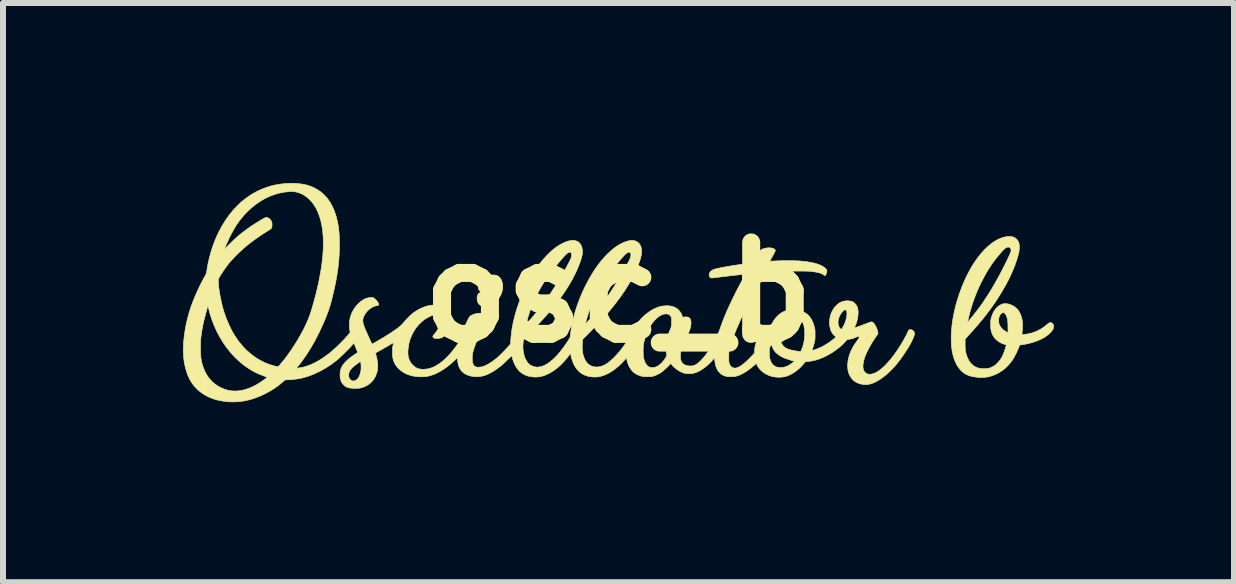
<source format=kicad_pcb>
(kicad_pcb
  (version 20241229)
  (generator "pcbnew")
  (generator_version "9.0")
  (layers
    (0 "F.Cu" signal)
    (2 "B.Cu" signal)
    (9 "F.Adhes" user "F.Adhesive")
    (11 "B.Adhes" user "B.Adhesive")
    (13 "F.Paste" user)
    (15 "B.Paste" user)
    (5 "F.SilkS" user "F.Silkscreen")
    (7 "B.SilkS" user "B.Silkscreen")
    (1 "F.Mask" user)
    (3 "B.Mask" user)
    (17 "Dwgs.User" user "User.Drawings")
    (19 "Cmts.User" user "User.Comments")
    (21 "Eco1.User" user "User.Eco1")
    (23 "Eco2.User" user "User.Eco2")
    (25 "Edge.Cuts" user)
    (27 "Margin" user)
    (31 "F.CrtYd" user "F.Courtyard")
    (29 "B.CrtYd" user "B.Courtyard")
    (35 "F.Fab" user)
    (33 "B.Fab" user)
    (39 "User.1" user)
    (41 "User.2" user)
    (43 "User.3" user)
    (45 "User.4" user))
  (footprint "osc_b"
    (layer "F.Cu")
    (at 7.256 1.825)
    (property "Reference" "osc_b" (at 0 0 0) (layer "F.SilkS") (effects (font (size 1.524 1.524) (thickness 0.3))))
    (attr through_hole)
    (fp_poly (pts (xy -2.039 -0.288) (xy -2.01 -0.276) (xy -1.985 -0.257) (xy -1.963 -0.231) (xy -1.945 -0.198) (xy -1.943 -0.191) (xy -1.933 -0.156) (xy -1.928 -0.118) (xy -1.928 -0.077) (xy -1.932 -0.045) (xy -1.943 -0.001) (xy -1.961 0.043) (xy -1.986 0.087) (xy -2.015 0.128) (xy -2.045 0.161) (xy -2.081 0.193) (xy -2.119 0.216) (xy -2.158 0.231) (xy -2.198 0.238) (xy -2.239 0.236) (xy -2.269 0.229) (xy -2.295 0.217) (xy -2.317 0.2) (xy -2.328 0.188) (xy -2.342 0.165) (xy -2.35 0.142) (xy -2.354 0.115) (xy -2.355 0.099) (xy -2.355 0.08) (xy -2.353 0.066) (xy -2.35 0.054) (xy -2.343 0.04) (xy -2.343 0.04) (xy -2.335 0.025) (xy -2.326 0.015) (xy -2.315 0.007) (xy -2.312 0.006) (xy -2.262 0.006) (xy -2.261 0.006) (xy -2.26 0.012) (xy -2.259 0.023) (xy -2.258 0.031) (xy -2.254 0.056) (xy -2.244 0.076) (xy -2.226 0.091) (xy -2.224 0.092) (xy -2.212 0.098) (xy -2.203 0.101) (xy -2.193 0.099) (xy -2.179 0.094) (xy -2.173 0.091) (xy -2.15 0.077) (xy -2.126 0.058) (xy -2.105 0.034) (xy -2.086 0.009) (xy -2.082 0.002) (xy -2.074 -0.015) (xy -2.069 -0.028) (xy -2.066 -0.04) (xy -2.066 -0.053) (xy -2.067 -0.072) (xy -2.072 -0.084) (xy -2.08 -0.093) (xy -2.093 -0.099) (xy -2.111 -0.105) (xy -2.127 -0.104) (xy -2.145 -0.097) (xy -2.153 -0.093) (xy -2.162 -0.087) (xy -2.176 -0.077) (xy -2.191 -0.064) (xy -2.207 -0.049) (xy -2.223 -0.035) (xy -2.238 -0.021) (xy -2.25 -0.009) (xy -2.258 0.001) (xy -2.262 0.006) (xy -2.312 0.006) (xy -2.308 0.004) (xy -2.286 -0.007) (xy -2.301 -0.019) (xy -2.32 -0.038) (xy -2.33 -0.059) (xy -2.332 -0.082) (xy -2.326 -0.107) (xy -2.326 -0.108) (xy -2.313 -0.133) (xy -2.295 -0.16) (xy -2.273 -0.187) (xy -2.249 -0.212) (xy -2.212 -0.242) (xy -2.176 -0.266) (xy -2.139 -0.282) (xy -2.104 -0.291) (xy -2.07 -0.293) (xy -2.039 -0.288)) (stroke (width 0.01) (type solid)) (fill yes) (layer "F.SilkS"))
    (fp_poly (pts (xy 6.556 -0.931) (xy 6.591 -0.921) (xy 6.62 -0.904) (xy 6.645 -0.881) (xy 6.664 -0.851) (xy 6.675 -0.826) (xy 6.679 -0.804) (xy 6.682 -0.777) (xy 6.682 -0.747) (xy 6.681 -0.715) (xy 6.677 -0.684) (xy 6.672 -0.658) (xy 6.643 -0.555) (xy 6.607 -0.45) (xy 6.563 -0.342) (xy 6.512 -0.232) (xy 6.452 -0.119) (xy 6.386 -0.004) (xy 6.311 0.115) (xy 6.295 0.14) (xy 6.247 0.21) (xy 6.197 0.28) (xy 6.144 0.35) (xy 6.089 0.421) (xy 6.029 0.493) (xy 5.965 0.569) (xy 5.895 0.648) (xy 5.832 0.717) (xy 5.779 0.776) (xy 5.779 0.857) (xy 5.779 0.9) (xy 5.781 0.937) (xy 5.784 0.969) (xy 5.79 0.999) (xy 5.797 1.028) (xy 5.804 1.052) (xy 5.823 1.099) (xy 5.846 1.141) (xy 5.873 1.178) (xy 5.903 1.208) (xy 5.936 1.232) (xy 5.945 1.237) (xy 5.974 1.25) (xy 6.002 1.259) (xy 6.032 1.265) (xy 6.066 1.268) (xy 6.077 1.269) (xy 6.114 1.269) (xy 6.146 1.267) (xy 6.174 1.262) (xy 6.202 1.253) (xy 6.231 1.24) (xy 6.236 1.238) (xy 6.254 1.228) (xy 6.268 1.219) (xy 6.282 1.209) (xy 6.297 1.196) (xy 6.315 1.178) (xy 6.318 1.175) (xy 6.344 1.147) (xy 6.366 1.12) (xy 6.384 1.091) (xy 6.401 1.059) (xy 6.418 1.02) (xy 6.42 1.016) (xy 6.427 0.997) (xy 6.435 0.976) (xy 6.442 0.953) (xy 6.45 0.93) (xy 6.456 0.909) (xy 6.461 0.892) (xy 6.464 0.88) (xy 6.464 0.876) (xy 6.461 0.873) (xy 6.451 0.869) (xy 6.44 0.865) (xy 6.391 0.848) (xy 6.347 0.824) (xy 6.308 0.796) (xy 6.275 0.764) (xy 6.249 0.727) (xy 6.239 0.709) (xy 6.227 0.682) (xy 6.218 0.657) (xy 6.212 0.633) (xy 6.208 0.607) (xy 6.205 0.577) (xy 6.205 0.54) (xy 6.204 0.533) (xy 6.205 0.506) (xy 6.205 0.484) (xy 6.206 0.468) (xy 6.207 0.462) (xy 6.337 0.462) (xy 6.339 0.495) (xy 6.345 0.525) (xy 6.361 0.56) (xy 6.384 0.592) (xy 6.414 0.622) (xy 6.453 0.648) (xy 6.464 0.654) (xy 6.478 0.661) (xy 6.487 0.665) (xy 6.491 0.665) (xy 6.493 0.662) (xy 6.493 0.659) (xy 6.494 0.652) (xy 6.494 0.638) (xy 6.494 0.619) (xy 6.493 0.595) (xy 6.493 0.568) (xy 6.493 0.559) (xy 6.492 0.525) (xy 6.491 0.499) (xy 6.489 0.478) (xy 6.487 0.46) (xy 6.485 0.445) (xy 6.482 0.433) (xy 6.471 0.399) (xy 6.459 0.371) (xy 6.445 0.352) (xy 6.43 0.339) (xy 6.413 0.335) (xy 6.396 0.339) (xy 6.394 0.34) (xy 6.375 0.354) (xy 6.36 0.375) (xy 6.348 0.401) (xy 6.34 0.431) (xy 6.337 0.462) (xy 6.207 0.462) (xy 6.208 0.453) (xy 6.21 0.44) (xy 6.214 0.425) (xy 6.216 0.417) (xy 6.234 0.365) (xy 6.256 0.319) (xy 6.283 0.278) (xy 6.314 0.244) (xy 6.349 0.217) (xy 6.387 0.197) (xy 6.395 0.194) (xy 6.428 0.186) (xy 6.463 0.186) (xy 6.501 0.191) (xy 6.538 0.203) (xy 6.575 0.22) (xy 6.609 0.242) (xy 6.64 0.268) (xy 6.666 0.299) (xy 6.668 0.302) (xy 6.695 0.349) (xy 6.715 0.4) (xy 6.729 0.456) (xy 6.735 0.517) (xy 6.735 0.581) (xy 6.733 0.609) (xy 6.731 0.632) (xy 6.729 0.654) (xy 6.728 0.672) (xy 6.727 0.685) (xy 6.727 0.687) (xy 6.727 0.704) (xy 6.753 0.701) (xy 6.83 0.689) (xy 6.901 0.672) (xy 6.967 0.647) (xy 7.029 0.616) (xy 7.088 0.578) (xy 7.131 0.544) (xy 7.151 0.527) (xy 7.167 0.515) (xy 7.179 0.508) (xy 7.19 0.504) (xy 7.199 0.502) (xy 7.201 0.502) (xy 7.22 0.506) (xy 7.236 0.517) (xy 7.248 0.535) (xy 7.248 0.536) (xy 7.255 0.561) (xy 7.253 0.586) (xy 7.243 0.613) (xy 7.235 0.625) (xy 7.204 0.665) (xy 7.164 0.702) (xy 7.117 0.737) (xy 7.064 0.768) (xy 7.004 0.796) (xy 6.937 0.821) (xy 6.865 0.843) (xy 6.788 0.86) (xy 6.744 0.868) (xy 6.723 0.871) (xy 6.705 0.874) (xy 6.693 0.876) (xy 6.687 0.878) (xy 6.686 0.878) (xy 6.685 0.882) (xy 6.681 0.892) (xy 6.675 0.907) (xy 6.67 0.923) (xy 6.658 0.95) (xy 6.644 0.983) (xy 6.628 1.017) (xy 6.61 1.051) (xy 6.593 1.083) (xy 6.577 1.11) (xy 6.573 1.117) (xy 6.543 1.158) (xy 6.51 1.199) (xy 6.473 1.237) (xy 6.436 1.272) (xy 6.411 1.292) (xy 6.364 1.323) (xy 6.313 1.352) (xy 6.26 1.376) (xy 6.208 1.394) (xy 6.157 1.407) (xy 6.153 1.407) (xy 6.133 1.41) (xy 6.109 1.413) (xy 6.083 1.415) (xy 6.057 1.416) (xy 6.034 1.416) (xy 6.016 1.416) (xy 6.011 1.416) (xy 6 1.414) (xy 5.984 1.413) (xy 5.965 1.41) (xy 5.956 1.409) (xy 5.896 1.4) (xy 5.843 1.385) (xy 5.794 1.364) (xy 5.751 1.337) (xy 5.712 1.303) (xy 5.677 1.262) (xy 5.645 1.214) (xy 5.634 1.194) (xy 5.622 1.169) (xy 5.609 1.14) (xy 5.597 1.107) (xy 5.586 1.075) (xy 5.58 1.054) (xy 5.563 0.979) (xy 5.552 0.898) (xy 5.547 0.812) (xy 5.547 0.721) (xy 5.552 0.627) (xy 5.562 0.529) (xy 5.567 0.492) (xy 5.821 0.492) (xy 5.821 0.495) (xy 5.823 0.495) (xy 5.825 0.492) (xy 5.833 0.483) (xy 5.844 0.469) (xy 5.859 0.451) (xy 5.876 0.43) (xy 5.895 0.406) (xy 5.898 0.403) (xy 5.932 0.36) (xy 5.962 0.321) (xy 5.989 0.286) (xy 6.014 0.253) (xy 6.038 0.221) (xy 6.062 0.187) (xy 6.087 0.15) (xy 6.092 0.142) (xy 6.159 0.041) (xy 6.224 -0.063) (xy 6.288 -0.174) (xy 6.352 -0.29) (xy 6.416 -0.413) (xy 6.47 -0.521) (xy 6.49 -0.562) (xy 6.506 -0.596) (xy 6.519 -0.625) (xy 6.53 -0.648) (xy 6.537 -0.667) (xy 6.542 -0.683) (xy 6.544 -0.695) (xy 6.545 -0.706) (xy 6.544 -0.715) (xy 6.541 -0.724) (xy 6.539 -0.73) (xy 6.528 -0.746) (xy 6.514 -0.755) (xy 6.496 -0.758) (xy 6.475 -0.753) (xy 6.453 -0.741) (xy 6.441 -0.733) (xy 6.426 -0.719) (xy 6.407 -0.7) (xy 6.385 -0.676) (xy 6.361 -0.648) (xy 6.335 -0.617) (xy 6.309 -0.585) (xy 6.282 -0.552) (xy 6.257 -0.519) (xy 6.234 -0.487) (xy 6.222 -0.47) (xy 6.158 -0.371) (xy 6.097 -0.265) (xy 6.04 -0.155) (xy 5.987 -0.04) (xy 5.94 0.077) (xy 5.898 0.195) (xy 5.863 0.312) (xy 5.834 0.427) (xy 5.832 0.438) (xy 5.827 0.461) (xy 5.824 0.477) (xy 5.822 0.487) (xy 5.821 0.492) (xy 5.567 0.492) (xy 5.577 0.429) (xy 5.597 0.327) (xy 5.621 0.224) (xy 5.651 0.12) (xy 5.685 0.016) (xy 5.723 -0.088) (xy 5.766 -0.19) (xy 5.806 -0.277) (xy 5.85 -0.362) (xy 5.896 -0.442) (xy 5.945 -0.518) (xy 5.996 -0.588) (xy 6.048 -0.654) (xy 6.102 -0.713) (xy 6.157 -0.766) (xy 6.212 -0.812) (xy 6.267 -0.851) (xy 6.321 -0.882) (xy 6.327 -0.885) (xy 6.38 -0.908) (xy 6.43 -0.923) (xy 6.476 -0.932) (xy 6.518 -0.935) (xy 6.556 -0.931)) (stroke (width 0.01) (type solid)) (fill yes) (layer "F.SilkS"))
    (fp_poly (pts (xy -5.391 -1.819) (xy -5.32 -1.813) (xy -5.254 -1.804) (xy -5.192 -1.791) (xy -5.15 -1.778) (xy -5.08 -1.75) (xy -5.016 -1.715) (xy -4.956 -1.674) (xy -4.902 -1.626) (xy -4.853 -1.572) (xy -4.809 -1.51) (xy -4.771 -1.443) (xy -4.737 -1.368) (xy -4.709 -1.287) (xy -4.686 -1.199) (xy -4.678 -1.164) (xy -4.671 -1.124) (xy -4.665 -1.085) (xy -4.66 -1.047) (xy -4.656 -1.007) (xy -4.653 -0.964) (xy -4.651 -0.916) (xy -4.65 -0.862) (xy -4.649 -0.851) (xy -4.649 -0.741) (xy -4.653 -0.631) (xy -4.661 -0.522) (xy -4.673 -0.411) (xy -4.689 -0.298) (xy -4.71 -0.181) (xy -4.735 -0.06) (xy -4.765 0.067) (xy -4.769 0.085) (xy -4.783 0.138) (xy -4.796 0.187) (xy -4.81 0.233) (xy -4.825 0.279) (xy -4.841 0.325) (xy -4.859 0.373) (xy -4.88 0.425) (xy -4.903 0.481) (xy -4.919 0.519) (xy -4.984 0.659) (xy -5.053 0.795) (xy -5.127 0.924) (xy -5.205 1.047) (xy -5.288 1.163) (xy -5.34 1.23) (xy -5.35 1.243) (xy -5.357 1.253) (xy -5.36 1.26) (xy -5.359 1.261) (xy -5.352 1.261) (xy -5.338 1.26) (xy -5.32 1.257) (xy -5.298 1.253) (xy -5.275 1.249) (xy -5.253 1.244) (xy -5.233 1.239) (xy -5.221 1.236) (xy -5.147 1.211) (xy -5.071 1.177) (xy -4.995 1.136) (xy -4.917 1.087) (xy -4.84 1.031) (xy -4.818 1.015) (xy -4.787 0.989) (xy -4.752 0.958) (xy -4.714 0.924) (xy -4.675 0.887) (xy -4.636 0.849) (xy -4.599 0.811) (xy -4.564 0.775) (xy -4.533 0.741) (xy -4.507 0.711) (xy -4.503 0.706) (xy -4.47 0.665) (xy -4.476 0.626) (xy -4.481 0.593) (xy -4.483 0.555) (xy -4.483 0.517) (xy -4.48 0.481) (xy -4.477 0.455) (xy -4.463 0.397) (xy -4.442 0.34) (xy -4.414 0.287) (xy -4.38 0.237) (xy -4.341 0.192) (xy -4.298 0.153) (xy -4.295 0.151) (xy -4.252 0.121) (xy -4.21 0.1) (xy -4.168 0.088) (xy -4.127 0.083) (xy -4.125 0.083) (xy -4.107 0.083) (xy -4.093 0.085) (xy -4.083 0.088) (xy -4.077 0.092) (xy -4.059 0.105) (xy -4.041 0.123) (xy -4.023 0.142) (xy -4.009 0.162) (xy -4.004 0.17) (xy -3.995 0.188) (xy -3.993 0.201) (xy -3.996 0.209) (xy -4.006 0.214) (xy -4.023 0.218) (xy -4.024 0.218) (xy -4.063 0.228) (xy -4.101 0.245) (xy -4.138 0.268) (xy -4.172 0.297) (xy -4.202 0.33) (xy -4.227 0.367) (xy -4.246 0.405) (xy -4.253 0.425) (xy -4.257 0.443) (xy -4.259 0.461) (xy -4.259 0.481) (xy -4.256 0.502) (xy -4.25 0.526) (xy -4.242 0.553) (xy -4.23 0.585) (xy -4.215 0.622) (xy -4.196 0.665) (xy -4.179 0.702) (xy -4.166 0.732) (xy -4.153 0.76) (xy -4.141 0.786) (xy -4.131 0.808) (xy -4.123 0.824) (xy -4.119 0.835) (xy -4.119 0.835) (xy -4.113 0.848) (xy -4.108 0.856) (xy -4.106 0.859) (xy -4.101 0.857) (xy -4.09 0.851) (xy -4.073 0.842) (xy -4.052 0.83) (xy -4.028 0.816) (xy -4.001 0.801) (xy -3.973 0.784) (xy -3.944 0.767) (xy -3.915 0.75) (xy -3.888 0.733) (xy -3.863 0.718) (xy -3.863 0.717) (xy -3.802 0.679) (xy -3.748 0.643) (xy -3.701 0.611) (xy -3.662 0.581) (xy -3.629 0.554) (xy -3.602 0.528) (xy -3.582 0.506) (xy -3.538 0.453) (xy -3.495 0.408) (xy -3.452 0.368) (xy -3.408 0.333) (xy -3.382 0.315) (xy -3.319 0.277) (xy -3.255 0.248) (xy -3.191 0.226) (xy -3.124 0.213) (xy -3.056 0.207) (xy -3.04 0.206) (xy -2.998 0.208) (xy -2.963 0.213) (xy -2.933 0.222) (xy -2.906 0.235) (xy -2.882 0.254) (xy -2.866 0.27) (xy -2.839 0.305) (xy -2.817 0.345) (xy -2.803 0.39) (xy -2.795 0.439) (xy -2.794 0.49) (xy -2.8 0.542) (xy -2.806 0.571) (xy -2.815 0.601) (xy -2.824 0.629) (xy -2.834 0.651) (xy -2.834 0.652) (xy -2.856 0.687) (xy -2.885 0.716) (xy -2.917 0.739) (xy -2.953 0.756) (xy -2.992 0.766) (xy -3.02 0.768) (xy -3.049 0.766) (xy -3.07 0.76) (xy -3.085 0.75) (xy -3.09 0.742) (xy -3.092 0.736) (xy -3.092 0.73) (xy -3.089 0.722) (xy -3.082 0.712) (xy -3.07 0.698) (xy -3.06 0.687) (xy -3.028 0.645) (xy -3.003 0.602) (xy -2.985 0.554) (xy -2.978 0.527) (xy -2.973 0.494) (xy -2.973 0.463) (xy -2.977 0.434) (xy -2.984 0.409) (xy -2.996 0.389) (xy -3.01 0.374) (xy -3.027 0.365) (xy -3.044 0.363) (xy -3.061 0.367) (xy -3.084 0.374) (xy -3.111 0.385) (xy -3.14 0.398) (xy -3.17 0.413) (xy -3.199 0.429) (xy -3.225 0.445) (xy -3.241 0.457) (xy -3.267 0.478) (xy -3.295 0.504) (xy -3.324 0.533) (xy -3.351 0.563) (xy -3.374 0.592) (xy -3.385 0.608) (xy -3.421 0.666) (xy -3.45 0.725) (xy -3.473 0.784) (xy -3.49 0.846) (xy -3.501 0.913) (xy -3.508 0.982) (xy -3.507 1.034) (xy -3.499 1.083) (xy -3.484 1.128) (xy -3.461 1.169) (xy -3.431 1.206) (xy -3.42 1.216) (xy -3.391 1.241) (xy -3.362 1.259) (xy -3.33 1.271) (xy -3.296 1.277) (xy -3.255 1.28) (xy -3.251 1.28) (xy -3.199 1.276) (xy -3.149 1.267) (xy -3.099 1.25) (xy -3.049 1.226) (xy -3.018 1.208) (xy -2.966 1.173) (xy -2.916 1.134) (xy -2.867 1.089) (xy -2.818 1.038) (xy -2.769 0.98) (xy -2.719 0.916) (xy -2.668 0.844) (xy -2.659 0.831) (xy -2.644 0.804) (xy -2.631 0.769) (xy -2.63 0.764) (xy -2.618 0.727) (xy -2.605 0.687) (xy -2.59 0.647) (xy -2.574 0.606) (xy -2.558 0.566) (xy -2.543 0.528) (xy -2.527 0.493) (xy -2.512 0.461) (xy -2.499 0.435) (xy -2.487 0.415) (xy -2.479 0.403) (xy -2.463 0.389) (xy -2.44 0.376) (xy -2.41 0.363) (xy -2.385 0.355) (xy -2.37 0.351) (xy -2.355 0.348) (xy -2.339 0.346) (xy -2.319 0.345) (xy -2.292 0.345) (xy -2.29 0.345) (xy -2.26 0.345) (xy -2.237 0.347) (xy -2.219 0.349) (xy -2.206 0.354) (xy -2.196 0.36) (xy -2.188 0.366) (xy -2.183 0.373) (xy -2.181 0.38) (xy -2.181 0.389) (xy -2.183 0.399) (xy -2.186 0.409) (xy -2.19 0.422) (xy -2.195 0.437) (xy -2.203 0.456) (xy -2.213 0.479) (xy -2.226 0.508) (xy -2.241 0.542) (xy -2.259 0.582) (xy -2.281 0.629) (xy -2.283 0.633) (xy -2.317 0.708) (xy -2.347 0.777) (xy -2.373 0.839) (xy -2.394 0.895) (xy -2.41 0.944) (xy -2.423 0.988) (xy -2.43 1.02) (xy -2.433 1.043) (xy -2.435 1.069) (xy -2.436 1.097) (xy -2.435 1.125) (xy -2.433 1.15) (xy -2.43 1.169) (xy -2.429 1.173) (xy -2.418 1.201) (xy -2.403 1.222) (xy -2.383 1.236) (xy -2.359 1.244) (xy -2.332 1.246) (xy -2.295 1.242) (xy -2.256 1.233) (xy -2.215 1.217) (xy -2.171 1.195) (xy -2.124 1.166) (xy -2.083 1.137) (xy -2.045 1.108) (xy -2.008 1.078) (xy -1.971 1.044) (xy -1.933 1.007) (xy -1.893 0.965) (xy -1.85 0.918) (xy -1.829 0.894) (xy -1.795 0.855) (xy -1.795 0.826) (xy -1.794 0.808) (xy -1.793 0.783) (xy -1.79 0.753) (xy -1.787 0.721) (xy -1.784 0.689) (xy -1.78 0.657) (xy -1.776 0.629) (xy -1.776 0.627) (xy -1.757 0.521) (xy -1.535 0.521) (xy -1.533 0.521) (xy -1.529 0.517) (xy -1.522 0.51) (xy -1.511 0.499) (xy -1.497 0.483) (xy -1.478 0.462) (xy -1.454 0.435) (xy -1.442 0.421) (xy -1.394 0.366) (xy -1.348 0.311) (xy -1.304 0.255) (xy -1.26 0.197) (xy -1.215 0.135) (xy -1.169 0.07) (xy -1.121 -0.001) (xy -1.087 -0.053) (xy -1.06 -0.095) (xy -1.032 -0.139) (xy -1.004 -0.186) (xy -0.975 -0.233) (xy -0.947 -0.28) (xy -0.92 -0.327) (xy -0.893 -0.373) (xy -0.869 -0.416) (xy -0.847 -0.457) (xy -0.827 -0.493) (xy -0.811 -0.526) (xy -0.798 -0.552) (xy -0.789 -0.573) (xy -0.787 -0.58) (xy -0.781 -0.602) (xy -0.779 -0.624) (xy -0.78 -0.644) (xy -0.785 -0.658) (xy -0.788 -0.663) (xy -0.798 -0.671) (xy -0.809 -0.672) (xy -0.823 -0.669) (xy -0.833 -0.665) (xy -0.843 -0.659) (xy -0.855 -0.651) (xy -0.868 -0.64) (xy -0.883 -0.625) (xy -0.901 -0.606) (xy -0.922 -0.583) (xy -0.948 -0.554) (xy -0.977 -0.519) (xy -0.988 -0.506) (xy -1.041 -0.442) (xy -1.088 -0.384) (xy -1.131 -0.328) (xy -1.17 -0.276) (xy -1.205 -0.224) (xy -1.239 -0.172) (xy -1.271 -0.12) (xy -1.303 -0.065) (xy -1.318 -0.039) (xy -1.375 0.071) (xy -1.424 0.18) (xy -1.467 0.289) (xy -1.503 0.4) (xy -1.534 0.515) (xy -1.535 0.519) (xy -1.535 0.521) (xy -1.757 0.521) (xy -1.755 0.509) (xy -1.726 0.389) (xy -1.691 0.268) (xy -1.649 0.148) (xy -1.601 0.028) (xy -1.547 -0.089) (xy -1.488 -0.202) (xy -1.425 -0.311) (xy -1.357 -0.415) (xy -1.307 -0.484) (xy -1.276 -0.523) (xy -1.241 -0.564) (xy -1.203 -0.605) (xy -1.164 -0.645) (xy -1.126 -0.682) (xy -1.09 -0.714) (xy -1.067 -0.733) (xy -1.021 -0.766) (xy -0.974 -0.796) (xy -0.928 -0.82) (xy -0.882 -0.841) (xy -0.839 -0.856) (xy -0.799 -0.865) (xy -0.762 -0.869) (xy -0.737 -0.868) (xy -0.715 -0.863) (xy -0.692 -0.855) (xy -0.672 -0.845) (xy -0.658 -0.835) (xy -0.634 -0.808) (xy -0.616 -0.776) (xy -0.605 -0.739) (xy -0.6 -0.696) (xy -0.599 -0.684) (xy -0.6 -0.657) (xy -0.603 -0.63) (xy -0.609 -0.603) (xy -0.617 -0.572) (xy -0.628 -0.536) (xy -0.634 -0.519) (xy -0.672 -0.418) (xy -0.718 -0.316) (xy -0.772 -0.211) (xy -0.834 -0.105) (xy -0.904 0.003) (xy -0.982 0.113) (xy -1.068 0.224) (xy -1.162 0.338) (xy -1.265 0.454) (xy -1.375 0.572) (xy -1.473 0.671) (xy -1.497 0.695) (xy -1.519 0.717) (xy -1.538 0.738) (xy -1.555 0.755) (xy -1.567 0.769) (xy -1.574 0.778) (xy -1.575 0.78) (xy -1.581 0.795) (xy -1.585 0.816) (xy -1.588 0.843) (xy -1.59 0.872) (xy -1.591 0.903) (xy -1.59 0.934) (xy -1.588 0.954) (xy -1.582 1.002) (xy -1.572 1.045) (xy -1.559 1.085) (xy -1.545 1.115) (xy -1.523 1.154) (xy -1.498 1.185) (xy -1.468 1.209) (xy -1.434 1.226) (xy -1.394 1.238) (xy -1.389 1.239) (xy -1.372 1.242) (xy -1.358 1.244) (xy -1.344 1.243) (xy -1.328 1.241) (xy -1.315 1.239) (xy -1.283 1.233) (xy -1.255 1.224) (xy -1.228 1.213) (xy -1.198 1.196) (xy -1.192 1.193) (xy -1.147 1.162) (xy -1.102 1.126) (xy -1.057 1.084) (xy -1.011 1.036) (xy -0.965 0.981) (xy -0.917 0.918) (xy -0.868 0.848) (xy -0.861 0.838) (xy -0.842 0.81) (xy -0.828 0.788) (xy -0.818 0.771) (xy -0.81 0.757) (xy -0.806 0.747) (xy -0.803 0.739) (xy -0.803 0.736) (xy -0.801 0.725) (xy -0.799 0.707) (xy -0.797 0.686) (xy -0.794 0.663) (xy -0.794 0.66) (xy -0.777 0.552) (xy -0.77 0.519) (xy -0.549 0.519) (xy -0.548 0.521) (xy -0.545 0.519) (xy -0.539 0.514) (xy -0.53 0.505) (xy -0.516 0.49) (xy -0.498 0.47) (xy -0.475 0.445) (xy -0.464 0.432) (xy -0.389 0.344) (xy -0.312 0.248) (xy -0.236 0.145) (xy -0.16 0.036) (xy -0.084 -0.078) (xy -0.01 -0.197) (xy 0.063 -0.321) (xy 0.114 -0.411) (xy 0.136 -0.451) (xy 0.154 -0.484) (xy 0.169 -0.512) (xy 0.181 -0.535) (xy 0.19 -0.554) (xy 0.196 -0.57) (xy 0.201 -0.583) (xy 0.204 -0.595) (xy 0.206 -0.606) (xy 0.207 -0.606) (xy 0.209 -0.63) (xy 0.207 -0.648) (xy 0.201 -0.661) (xy 0.198 -0.664) (xy 0.189 -0.671) (xy 0.177 -0.672) (xy 0.161 -0.668) (xy 0.153 -0.665) (xy 0.143 -0.659) (xy 0.133 -0.652) (xy 0.12 -0.641) (xy 0.106 -0.628) (xy 0.089 -0.61) (xy 0.069 -0.588) (xy 0.045 -0.56) (xy 0.017 -0.527) (xy -0.012 -0.493) (xy -0.055 -0.441) (xy -0.094 -0.393) (xy -0.129 -0.349) (xy -0.16 -0.308) (xy -0.188 -0.268) (xy -0.215 -0.229) (xy -0.242 -0.188) (xy -0.268 -0.146) (xy -0.283 -0.122) (xy -0.341 -0.02) (xy -0.392 0.079) (xy -0.437 0.179) (xy -0.477 0.28) (xy -0.512 0.384) (xy -0.542 0.493) (xy -0.549 0.519) (xy -0.77 0.519) (xy -0.753 0.44) (xy -0.722 0.326) (xy -0.685 0.212) (xy -0.642 0.097) (xy -0.594 -0.017) (xy -0.54 -0.128) (xy -0.482 -0.237) (xy -0.419 -0.342) (xy -0.388 -0.389) (xy -0.338 -0.461) (xy -0.285 -0.528) (xy -0.23 -0.592) (xy -0.173 -0.65) (xy -0.117 -0.702) (xy -0.06 -0.748) (xy -0.007 -0.784) (xy 0.036 -0.809) (xy 0.081 -0.831) (xy 0.125 -0.848) (xy 0.168 -0.861) (xy 0.198 -0.867) (xy 0.235 -0.869) (xy 0.27 -0.864) (xy 0.302 -0.851) (xy 0.331 -0.832) (xy 0.354 -0.806) (xy 0.369 -0.781) (xy 0.381 -0.746) (xy 0.387 -0.708) (xy 0.387 -0.666) (xy 0.381 -0.619) (xy 0.368 -0.566) (xy 0.357 -0.529) (xy 0.319 -0.429) (xy 0.274 -0.328) (xy 0.222 -0.226) (xy 0.163 -0.122) (xy 0.097 -0.017) (xy 0.022 0.089) (xy -0.06 0.198) (xy -0.112 0.262) (xy -0.146 0.304) (xy -0.178 0.342) (xy -0.211 0.379) (xy -0.243 0.416) (xy -0.277 0.453) (xy -0.313 0.492) (xy -0.351 0.533) (xy -0.394 0.577) (xy -0.442 0.625) (xy -0.466 0.65) (xy -0.596 0.781) (xy -0.601 0.849) (xy -0.603 0.909) (xy -0.6 0.964) (xy -0.594 1.013) (xy -0.582 1.058) (xy -0.566 1.101) (xy -0.555 1.123) (xy -0.532 1.161) (xy -0.503 1.192) (xy -0.471 1.215) (xy -0.434 1.232) (xy -0.393 1.24) (xy -0.364 1.242) (xy -0.323 1.239) (xy -0.282 1.229) (xy -0.241 1.213) (xy -0.2 1.19) (xy -0.156 1.159) (xy -0.111 1.121) (xy -0.072 1.084) (xy -0.006 1.014) (xy 0.034 0.965) (xy 0.413 0.965) (xy 0.414 0.993) (xy 0.414 1.02) (xy 0.415 1.044) (xy 0.417 1.063) (xy 0.418 1.074) (xy 0.428 1.12) (xy 0.442 1.159) (xy 0.46 1.192) (xy 0.48 1.218) (xy 0.504 1.237) (xy 0.528 1.247) (xy 0.552 1.251) (xy 0.581 1.25) (xy 0.61 1.245) (xy 0.624 1.241) (xy 0.655 1.226) (xy 0.688 1.204) (xy 0.72 1.175) (xy 0.75 1.141) (xy 0.778 1.103) (xy 0.795 1.075) (xy 0.808 1.052) (xy 0.801 1.024) (xy 0.798 1.004) (xy 0.796 0.979) (xy 0.795 0.948) (xy 0.795 0.94) (xy 0.798 0.878) (xy 0.805 0.815) (xy 0.817 0.754) (xy 0.833 0.695) (xy 0.853 0.642) (xy 0.867 0.612) (xy 0.873 0.597) (xy 0.878 0.58) (xy 0.882 0.561) (xy 0.885 0.538) (xy 0.886 0.51) (xy 0.887 0.475) (xy 0.887 0.464) (xy 0.886 0.442) (xy 0.885 0.427) (xy 0.883 0.416) (xy 0.879 0.406) (xy 0.877 0.404) (xy 0.862 0.382) (xy 0.843 0.367) (xy 0.819 0.359) (xy 0.79 0.356) (xy 0.777 0.357) (xy 0.745 0.364) (xy 0.711 0.378) (xy 0.677 0.398) (xy 0.641 0.426) (xy 0.607 0.46) (xy 0.597 0.47) (xy 0.564 0.512) (xy 0.532 0.561) (xy 0.502 0.616) (xy 0.476 0.674) (xy 0.453 0.734) (xy 0.434 0.795) (xy 0.423 0.84) (xy 0.419 0.86) (xy 0.417 0.879) (xy 0.415 0.899) (xy 0.414 0.922) (xy 0.413 0.95) (xy 0.413 0.965) (xy 0.034 0.965) (xy 0.057 0.937) (xy 0.116 0.855) (xy 0.17 0.768) (xy 0.219 0.679) (xy 0.225 0.669) (xy 0.263 0.598) (xy 0.303 0.534) (xy 0.345 0.477) (xy 0.389 0.426) (xy 0.437 0.38) (xy 0.449 0.371) (xy 0.506 0.326) (xy 0.563 0.289) (xy 0.619 0.261) (xy 0.675 0.24) (xy 0.732 0.226) (xy 0.79 0.221) (xy 0.809 0.22) (xy 0.861 0.224) (xy 0.907 0.234) (xy 0.948 0.25) (xy 0.985 0.274) (xy 1.015 0.304) (xy 1.041 0.34) (xy 1.061 0.383) (xy 1.063 0.388) (xy 1.072 0.414) (xy 1.087 0.41) (xy 1.11 0.407) (xy 1.134 0.407) (xy 1.155 0.409) (xy 1.172 0.415) (xy 1.172 0.415) (xy 1.189 0.428) (xy 1.201 0.447) (xy 1.208 0.473) (xy 1.211 0.503) (xy 1.209 0.538) (xy 1.202 0.577) (xy 1.192 0.614) (xy 1.186 0.631) (xy 1.177 0.654) (xy 1.165 0.681) (xy 1.151 0.712) (xy 1.136 0.745) (xy 1.121 0.778) (xy 1.106 0.81) (xy 1.091 0.84) (xy 1.081 0.859) (xy 1.069 0.882) (xy 1.061 0.9) (xy 1.055 0.915) (xy 1.05 0.932) (xy 1.046 0.952) (xy 1.043 0.967) (xy 1.036 1.012) (xy 1.033 1.052) (xy 1.034 1.089) (xy 1.039 1.12) (xy 1.046 1.143) (xy 1.063 1.171) (xy 1.085 1.193) (xy 1.112 1.209) (xy 1.146 1.219) (xy 1.169 1.223) (xy 1.208 1.225) (xy 1.244 1.22) (xy 1.277 1.21) (xy 1.281 1.207) (xy 1.31 1.19) (xy 1.341 1.165) (xy 1.374 1.135) (xy 1.407 1.099) (xy 1.441 1.059) (xy 1.474 1.016) (xy 1.506 0.97) (xy 1.523 0.944) (xy 1.548 0.902) (xy 1.574 0.858) (xy 1.598 0.813) (xy 1.622 0.768) (xy 1.643 0.725) (xy 1.662 0.685) (xy 1.678 0.649) (xy 1.69 0.618) (xy 1.693 0.607) (xy 1.719 0.534) (xy 1.748 0.456) (xy 1.782 0.372) (xy 1.82 0.284) (xy 1.862 0.193) (xy 1.906 0.1) (xy 1.953 0.005) (xy 2.002 -0.09) (xy 2.053 -0.184) (xy 2.086 -0.244) (xy 2.099 -0.267) (xy 2.107 -0.283) (xy 2.113 -0.294) (xy 2.115 -0.3) (xy 2.114 -0.304) (xy 2.112 -0.305) (xy 2.111 -0.305) (xy 2.102 -0.304) (xy 2.085 -0.303) (xy 2.062 -0.301) (xy 2.034 -0.298) (xy 2.001 -0.294) (xy 1.964 -0.29) (xy 1.924 -0.286) (xy 1.883 -0.281) (xy 1.841 -0.276) (xy 1.799 -0.271) (xy 1.758 -0.266) (xy 1.72 -0.262) (xy 1.684 -0.257) (xy 1.652 -0.253) (xy 1.626 -0.25) (xy 1.62 -0.249) (xy 1.592 -0.245) (xy 1.57 -0.243) (xy 1.554 -0.243) (xy 1.542 -0.244) (xy 1.534 -0.248) (xy 1.527 -0.254) (xy 1.521 -0.262) (xy 1.513 -0.281) (xy 1.513 -0.301) (xy 1.518 -0.323) (xy 1.53 -0.343) (xy 1.548 -0.36) (xy 1.555 -0.365) (xy 1.568 -0.374) (xy 1.58 -0.38) (xy 1.593 -0.385) (xy 1.607 -0.39) (xy 1.625 -0.395) (xy 1.65 -0.401) (xy 1.657 -0.402) (xy 1.703 -0.412) (xy 1.756 -0.422) (xy 1.816 -0.433) (xy 1.881 -0.444) (xy 1.951 -0.455) (xy 2.024 -0.466) (xy 2.1 -0.476) (xy 2.142 -0.482) (xy 2.228 -0.493) (xy 2.284 -0.58) (xy 2.306 -0.613) (xy 2.324 -0.641) (xy 2.339 -0.663) (xy 2.351 -0.68) (xy 2.361 -0.693) (xy 2.37 -0.703) (xy 2.379 -0.71) (xy 2.387 -0.716) (xy 2.396 -0.721) (xy 2.401 -0.723) (xy 2.427 -0.733) (xy 2.456 -0.74) (xy 2.487 -0.744) (xy 2.517 -0.745) (xy 2.545 -0.743) (xy 2.571 -0.737) (xy 2.592 -0.729) (xy 2.607 -0.718) (xy 2.61 -0.714) (xy 2.615 -0.702) (xy 2.615 -0.693) (xy 2.612 -0.687) (xy 2.606 -0.674) (xy 2.597 -0.656) (xy 2.586 -0.635) (xy 2.573 -0.612) (xy 2.568 -0.603) (xy 2.555 -0.58) (xy 2.544 -0.559) (xy 2.535 -0.541) (xy 2.529 -0.529) (xy 2.525 -0.522) (xy 2.525 -0.522) (xy 2.53 -0.521) (xy 2.541 -0.522) (xy 2.558 -0.523) (xy 2.58 -0.524) (xy 2.602 -0.525) (xy 2.632 -0.527) (xy 2.669 -0.528) (xy 2.71 -0.529) (xy 2.754 -0.53) (xy 2.799 -0.53) (xy 2.845 -0.53) (xy 2.89 -0.53) (xy 2.932 -0.529) (xy 2.97 -0.528) (xy 3.002 -0.527) (xy 3.027 -0.525) (xy 3.102 -0.518) (xy 3.171 -0.508) (xy 3.234 -0.497) (xy 3.29 -0.483) (xy 3.339 -0.467) (xy 3.38 -0.45) (xy 3.382 -0.449) (xy 3.403 -0.437) (xy 3.424 -0.423) (xy 3.443 -0.409) (xy 3.458 -0.396) (xy 3.467 -0.384) (xy 3.467 -0.384) (xy 3.474 -0.367) (xy 3.474 -0.346) (xy 3.469 -0.322) (xy 3.463 -0.308) (xy 3.454 -0.291) (xy 3.445 -0.283) (xy 3.436 -0.283) (xy 3.426 -0.289) (xy 3.423 -0.291) (xy 3.406 -0.304) (xy 3.384 -0.316) (xy 3.355 -0.326) (xy 3.319 -0.335) (xy 3.276 -0.343) (xy 3.226 -0.349) (xy 3.203 -0.352) (xy 3.183 -0.354) (xy 3.157 -0.355) (xy 3.124 -0.356) (xy 3.086 -0.357) (xy 3.045 -0.357) (xy 3 -0.357) (xy 2.954 -0.357) (xy 2.908 -0.357) (xy 2.863 -0.356) (xy 2.819 -0.356) (xy 2.778 -0.355) (xy 2.742 -0.353) (xy 2.714 -0.352) (xy 2.661 -0.349) (xy 2.612 -0.346) (xy 2.567 -0.343) (xy 2.528 -0.341) (xy 2.494 -0.338) (xy 2.466 -0.336) (xy 2.445 -0.334) (xy 2.431 -0.332) (xy 2.425 -0.331) (xy 2.425 -0.331) (xy 2.422 -0.326) (xy 2.416 -0.314) (xy 2.407 -0.297) (xy 2.395 -0.274) (xy 2.381 -0.248) (xy 2.365 -0.217) (xy 2.348 -0.185) (xy 2.331 -0.151) (xy 2.313 -0.115) (xy 2.295 -0.08) (xy 2.277 -0.046) (xy 2.261 -0.014) (xy 2.25 0.008) (xy 2.191 0.128) (xy 2.136 0.241) (xy 2.086 0.347) (xy 2.04 0.446) (xy 2 0.538) (xy 1.963 0.623) (xy 1.932 0.701) (xy 1.905 0.772) (xy 1.883 0.836) (xy 1.865 0.893) (xy 1.852 0.944) (xy 1.849 0.953) (xy 1.846 0.972) (xy 1.843 0.989) (xy 1.841 1.007) (xy 1.84 1.029) (xy 1.84 1.056) (xy 1.84 1.075) (xy 1.84 1.104) (xy 1.84 1.125) (xy 1.841 1.142) (xy 1.842 1.155) (xy 1.844 1.166) (xy 1.847 1.177) (xy 1.85 1.185) (xy 1.861 1.212) (xy 1.875 1.232) (xy 1.893 1.246) (xy 1.915 1.255) (xy 1.934 1.259) (xy 1.953 1.26) (xy 1.973 1.255) (xy 1.996 1.246) (xy 2.004 1.243) (xy 2.03 1.229) (xy 2.06 1.208) (xy 2.093 1.183) (xy 2.128 1.153) (xy 2.164 1.119) (xy 2.201 1.082) (xy 2.236 1.045) (xy 2.269 1.008) (xy 2.269 1.005) (xy 2.515 1.005) (xy 2.517 1.059) (xy 2.525 1.106) (xy 2.538 1.146) (xy 2.556 1.181) (xy 2.58 1.208) (xy 2.608 1.229) (xy 2.641 1.243) (xy 2.679 1.25) (xy 2.722 1.25) (xy 2.743 1.248) (xy 2.765 1.244) (xy 2.781 1.239) (xy 2.823 1.223) (xy 2.865 1.199) (xy 2.9 1.174) (xy 2.935 1.145) (xy 2.921 1.142) (xy 2.902 1.137) (xy 2.878 1.13) (xy 2.852 1.121) (xy 2.825 1.112) (xy 2.798 1.103) (xy 2.774 1.094) (xy 2.754 1.086) (xy 2.741 1.081) (xy 2.707 1.062) (xy 2.674 1.041) (xy 2.645 1.018) (xy 2.621 0.997) (xy 2.618 0.994) (xy 2.604 0.976) (xy 2.589 0.954) (xy 2.576 0.93) (xy 2.566 0.907) (xy 2.559 0.888) (xy 2.559 0.886) (xy 2.556 0.876) (xy 2.553 0.87) (xy 2.553 0.87) (xy 2.55 0.873) (xy 2.543 0.88) (xy 2.537 0.889) (xy 2.528 0.903) (xy 2.522 0.92) (xy 2.518 0.939) (xy 2.516 0.964) (xy 2.515 0.995) (xy 2.515 1.005) (xy 2.269 1.005) (xy 2.269 0.978) (xy 2.273 0.929) (xy 2.283 0.876) (xy 2.299 0.823) (xy 2.32 0.771) (xy 2.346 0.723) (xy 2.356 0.707) (xy 2.692 0.707) (xy 2.695 0.744) (xy 2.699 0.785) (xy 2.707 0.819) (xy 2.719 0.849) (xy 2.734 0.874) (xy 2.748 0.891) (xy 2.771 0.912) (xy 2.8 0.93) (xy 2.834 0.945) (xy 2.876 0.958) (xy 2.925 0.969) (xy 2.982 0.978) (xy 2.993 0.98) (xy 3.011 0.982) (xy 3.026 0.984) (xy 3.036 0.985) (xy 3.038 0.986) (xy 3.04 0.983) (xy 3.045 0.974) (xy 3.048 0.966) (xy 3.074 0.899) (xy 3.092 0.828) (xy 3.103 0.756) (xy 3.106 0.718) (xy 3.106 0.658) (xy 3.101 0.603) (xy 3.092 0.554) (xy 3.078 0.512) (xy 3.06 0.476) (xy 3.037 0.446) (xy 3.02 0.431) (xy 3.001 0.417) (xy 2.983 0.408) (xy 2.964 0.402) (xy 2.942 0.398) (xy 2.914 0.396) (xy 2.896 0.396) (xy 2.872 0.396) (xy 2.856 0.396) (xy 2.843 0.397) (xy 2.833 0.4) (xy 2.824 0.403) (xy 2.813 0.408) (xy 2.811 0.409) (xy 2.79 0.422) (xy 2.769 0.438) (xy 2.759 0.447) (xy 2.734 0.472) (xy 2.791 0.475) (xy 2.813 0.476) (xy 2.832 0.478) (xy 2.848 0.479) (xy 2.857 0.481) (xy 2.858 0.482) (xy 2.872 0.491) (xy 2.887 0.508) (xy 2.901 0.529) (xy 2.915 0.555) (xy 2.927 0.582) (xy 2.936 0.61) (xy 2.942 0.638) (xy 2.944 0.66) (xy 2.944 0.688) (xy 2.868 0.686) (xy 2.83 0.686) (xy 2.798 0.687) (xy 2.771 0.689) (xy 2.747 0.693) (xy 2.724 0.698) (xy 2.714 0.701) (xy 2.692 0.707) (xy 2.356 0.707) (xy 2.357 0.705) (xy 2.376 0.68) (xy 2.401 0.652) (xy 2.428 0.625) (xy 2.458 0.598) (xy 2.487 0.574) (xy 2.515 0.554) (xy 2.537 0.541) (xy 2.55 0.532) (xy 2.561 0.517) (xy 2.564 0.511) (xy 2.594 0.46) (xy 2.63 0.414) (xy 2.671 0.373) (xy 2.717 0.339) (xy 2.762 0.315) (xy 2.786 0.305) (xy 2.808 0.297) (xy 2.83 0.292) (xy 2.853 0.288) (xy 2.881 0.286) (xy 2.914 0.286) (xy 2.915 0.286) (xy 2.95 0.286) (xy 2.979 0.288) (xy 3.003 0.292) (xy 3.026 0.298) (xy 3.05 0.306) (xy 3.076 0.318) (xy 3.08 0.32) (xy 3.121 0.344) (xy 3.158 0.372) (xy 3.19 0.407) (xy 3.217 0.447) (xy 3.24 0.494) (xy 3.259 0.549) (xy 3.269 0.584) (xy 3.273 0.599) (xy 3.275 0.613) (xy 3.277 0.628) (xy 3.278 0.647) (xy 3.278 0.67) (xy 3.278 0.701) (xy 3.278 0.73) (xy 3.278 0.753) (xy 3.277 0.772) (xy 3.275 0.788) (xy 3.273 0.803) (xy 3.269 0.82) (xy 3.267 0.83) (xy 3.259 0.859) (xy 3.251 0.89) (xy 3.241 0.92) (xy 3.233 0.946) (xy 3.228 0.958) (xy 3.227 0.962) (xy 3.229 0.964) (xy 3.235 0.964) (xy 3.246 0.962) (xy 3.262 0.957) (xy 3.286 0.95) (xy 3.289 0.949) (xy 3.342 0.928) (xy 3.398 0.902) (xy 3.455 0.869) (xy 3.512 0.833) (xy 3.567 0.792) (xy 3.608 0.759) (xy 3.627 0.742) (xy 3.61 0.728) (xy 3.595 0.714) (xy 3.579 0.694) (xy 3.563 0.672) (xy 3.55 0.652) (xy 3.546 0.643) (xy 3.531 0.598) (xy 3.521 0.549) (xy 3.518 0.498) (xy 3.519 0.49) (xy 3.661 0.49) (xy 3.662 0.519) (xy 3.667 0.547) (xy 3.676 0.572) (xy 3.687 0.591) (xy 3.702 0.605) (xy 3.705 0.607) (xy 3.714 0.611) (xy 3.719 0.614) (xy 3.72 0.614) (xy 3.722 0.61) (xy 3.727 0.602) (xy 3.735 0.589) (xy 3.737 0.585) (xy 3.766 0.531) (xy 3.788 0.474) (xy 3.803 0.418) (xy 3.809 0.37) (xy 3.809 0.341) (xy 3.807 0.319) (xy 3.801 0.304) (xy 3.792 0.294) (xy 3.782 0.289) (xy 3.772 0.289) (xy 3.76 0.295) (xy 3.748 0.306) (xy 3.72 0.336) (xy 3.696 0.373) (xy 3.677 0.415) (xy 3.67 0.432) (xy 3.664 0.46) (xy 3.661 0.49) (xy 3.519 0.49) (xy 3.522 0.445) (xy 3.532 0.393) (xy 3.54 0.366) (xy 3.559 0.319) (xy 3.584 0.276) (xy 3.614 0.236) (xy 3.646 0.203) (xy 3.682 0.175) (xy 3.702 0.164) (xy 3.738 0.15) (xy 3.777 0.141) (xy 3.818 0.138) (xy 3.857 0.141) (xy 3.888 0.148) (xy 3.905 0.154) (xy 3.918 0.161) (xy 3.93 0.171) (xy 3.943 0.184) (xy 3.965 0.21) (xy 3.981 0.24) (xy 3.991 0.275) (xy 3.996 0.315) (xy 3.996 0.333) (xy 3.993 0.387) (xy 3.984 0.443) (xy 3.97 0.497) (xy 3.951 0.547) (xy 3.943 0.564) (xy 3.937 0.576) (xy 3.934 0.584) (xy 3.934 0.587) (xy 3.939 0.586) (xy 3.949 0.584) (xy 3.964 0.58) (xy 3.97 0.578) (xy 3.981 0.574) (xy 3.992 0.571) (xy 4.005 0.566) (xy 4.02 0.561) (xy 4.038 0.554) (xy 4.06 0.546) (xy 4.087 0.535) (xy 4.121 0.523) (xy 4.161 0.507) (xy 4.163 0.506) (xy 4.189 0.497) (xy 4.208 0.491) (xy 4.221 0.489) (xy 4.226 0.489) (xy 4.239 0.496) (xy 4.254 0.509) (xy 4.269 0.528) (xy 4.283 0.552) (xy 4.297 0.578) (xy 4.309 0.606) (xy 4.318 0.634) (xy 4.324 0.66) (xy 4.324 0.665) (xy 4.327 0.688) (xy 4.298 0.728) (xy 4.268 0.773) (xy 4.237 0.82) (xy 4.208 0.87) (xy 4.18 0.919) (xy 4.155 0.967) (xy 4.133 1.013) (xy 4.115 1.054) (xy 4.106 1.077) (xy 4.091 1.129) (xy 4.081 1.176) (xy 4.076 1.219) (xy 4.078 1.256) (xy 4.083 1.282) (xy 4.095 1.311) (xy 4.113 1.333) (xy 4.135 1.35) (xy 4.161 1.36) (xy 4.191 1.363) (xy 4.223 1.359) (xy 4.259 1.349) (xy 4.296 1.333) (xy 4.334 1.31) (xy 4.382 1.273) (xy 4.432 1.229) (xy 4.482 1.177) (xy 4.534 1.118) (xy 4.586 1.052) (xy 4.638 0.979) (xy 4.654 0.955) (xy 4.679 0.917) (xy 4.704 0.877) (xy 4.729 0.837) (xy 4.752 0.797) (xy 4.773 0.759) (xy 4.792 0.723) (xy 4.808 0.692) (xy 4.82 0.666) (xy 4.824 0.655) (xy 4.834 0.635) (xy 4.847 0.623) (xy 4.864 0.618) (xy 4.87 0.618) (xy 4.891 0.622) (xy 4.909 0.633) (xy 4.924 0.65) (xy 4.933 0.671) (xy 4.934 0.677) (xy 4.935 0.693) (xy 4.93 0.716) (xy 4.92 0.743) (xy 4.907 0.776) (xy 4.889 0.812) (xy 4.869 0.851) (xy 4.845 0.893) (xy 4.819 0.937) (xy 4.79 0.981) (xy 4.76 1.027) (xy 4.729 1.072) (xy 4.697 1.117) (xy 4.664 1.159) (xy 4.631 1.2) (xy 4.598 1.238) (xy 4.594 1.243) (xy 4.541 1.299) (xy 4.486 1.35) (xy 4.431 1.396) (xy 4.377 1.436) (xy 4.323 1.47) (xy 4.27 1.498) (xy 4.22 1.518) (xy 4.191 1.526) (xy 4.148 1.534) (xy 4.103 1.535) (xy 4.058 1.529) (xy 4.015 1.518) (xy 3.974 1.502) (xy 3.939 1.481) (xy 3.922 1.468) (xy 3.888 1.432) (xy 3.861 1.391) (xy 3.84 1.346) (xy 3.827 1.296) (xy 3.821 1.243) (xy 3.822 1.185) (xy 3.83 1.124) (xy 3.832 1.114) (xy 3.848 1.049) (xy 3.872 0.985) (xy 3.902 0.923) (xy 3.94 0.86) (xy 3.982 0.801) (xy 3.996 0.783) (xy 4.005 0.769) (xy 4.01 0.759) (xy 4.012 0.751) (xy 4.012 0.748) (xy 4.01 0.737) (xy 4.005 0.732) (xy 3.997 0.73) (xy 3.984 0.734) (xy 3.966 0.742) (xy 3.957 0.746) (xy 3.92 0.762) (xy 3.882 0.773) (xy 3.838 0.78) (xy 3.835 0.781) (xy 3.824 0.782) (xy 3.816 0.785) (xy 3.808 0.789) (xy 3.8 0.797) (xy 3.789 0.809) (xy 3.782 0.817) (xy 3.735 0.867) (xy 3.68 0.916) (xy 3.619 0.962) (xy 3.554 1.006) (xy 3.486 1.045) (xy 3.468 1.055) (xy 3.407 1.084) (xy 3.349 1.107) (xy 3.293 1.125) (xy 3.235 1.139) (xy 3.174 1.148) (xy 3.15 1.151) (xy 3.134 1.153) (xy 3.122 1.155) (xy 3.115 1.156) (xy 3.114 1.156) (xy 3.101 1.173) (xy 3.083 1.194) (xy 3.064 1.216) (xy 3.044 1.236) (xy 3.027 1.254) (xy 3.02 1.26) (xy 2.968 1.304) (xy 2.917 1.34) (xy 2.867 1.368) (xy 2.818 1.39) (xy 2.767 1.404) (xy 2.715 1.411) (xy 2.662 1.412) (xy 2.637 1.41) (xy 2.614 1.408) (xy 2.591 1.405) (xy 2.571 1.401) (xy 2.559 1.399) (xy 2.508 1.382) (xy 2.461 1.36) (xy 2.417 1.332) (xy 2.378 1.3) (xy 2.345 1.264) (xy 2.319 1.225) (xy 2.309 1.205) (xy 2.299 1.18) (xy 2.269 1.208) (xy 2.219 1.252) (xy 2.167 1.291) (xy 2.115 1.326) (xy 2.064 1.355) (xy 2.015 1.378) (xy 1.969 1.393) (xy 1.969 1.393) (xy 1.951 1.398) (xy 1.933 1.401) (xy 1.915 1.402) (xy 1.891 1.403) (xy 1.875 1.403) (xy 1.832 1.402) (xy 1.795 1.397) (xy 1.763 1.387) (xy 1.734 1.373) (xy 1.707 1.354) (xy 1.689 1.337) (xy 1.664 1.309) (xy 1.645 1.277) (xy 1.629 1.241) (xy 1.617 1.199) (xy 1.609 1.151) (xy 1.607 1.135) (xy 1.602 1.087) (xy 1.577 1.118) (xy 1.539 1.16) (xy 1.497 1.201) (xy 1.453 1.239) (xy 1.408 1.272) (xy 1.365 1.3) (xy 1.332 1.317) (xy 1.296 1.332) (xy 1.263 1.343) (xy 1.23 1.349) (xy 1.195 1.352) (xy 1.177 1.352) (xy 1.146 1.352) (xy 1.121 1.349) (xy 1.097 1.344) (xy 1.073 1.336) (xy 1.045 1.324) (xy 1.043 1.323) (xy 1.009 1.305) (xy 0.974 1.281) (xy 0.94 1.254) (xy 0.91 1.226) (xy 0.887 1.199) (xy 0.875 1.182) (xy 0.83 1.229) (xy 0.783 1.274) (xy 0.738 1.313) (xy 0.694 1.344) (xy 0.649 1.368) (xy 0.604 1.387) (xy 0.576 1.396) (xy 0.554 1.4) (xy 0.526 1.402) (xy 0.495 1.403) (xy 0.462 1.403) (xy 0.431 1.401) (xy 0.403 1.398) (xy 0.39 1.396) (xy 0.345 1.382) (xy 0.302 1.363) (xy 0.264 1.338) (xy 0.232 1.31) (xy 0.21 1.282) (xy 0.189 1.25) (xy 0.171 1.214) (xy 0.156 1.177) (xy 0.146 1.141) (xy 0.14 1.108) (xy 0.14 1.095) (xy 0.14 1.082) (xy 0.124 1.101) (xy 0.066 1.166) (xy 0.006 1.224) (xy -0.054 1.274) (xy -0.115 1.317) (xy -0.176 1.352) (xy -0.238 1.379) (xy -0.299 1.398) (xy -0.327 1.404) (xy -0.369 1.408) (xy -0.414 1.408) (xy -0.461 1.404) (xy -0.505 1.396) (xy -0.509 1.395) (xy -0.56 1.378) (xy -0.607 1.354) (xy -0.649 1.323) (xy -0.686 1.285) (xy -0.718 1.24) (xy -0.746 1.188) (xy -0.769 1.129) (xy -0.788 1.063) (xy -0.79 1.05) (xy -0.798 1.015) (xy -0.835 1.063) (xy -0.894 1.136) (xy -0.954 1.2) (xy -1.016 1.256) (xy -1.08 1.303) (xy -1.145 1.343) (xy -1.211 1.374) (xy -1.237 1.384) (xy -1.285 1.398) (xy -1.332 1.406) (xy -1.381 1.409) (xy -1.405 1.408) (xy -1.464 1.402) (xy -1.518 1.389) (xy -1.567 1.369) (xy -1.611 1.343) (xy -1.651 1.309) (xy -1.686 1.269) (xy -1.716 1.221) (xy -1.742 1.166) (xy -1.747 1.153) (xy -1.755 1.131) (xy -1.762 1.11) (xy -1.767 1.091) (xy -1.77 1.08) (xy -1.773 1.067) (xy -1.776 1.057) (xy -1.777 1.054) (xy -1.781 1.057) (xy -1.789 1.065) (xy -1.802 1.077) (xy -1.818 1.092) (xy -1.837 1.11) (xy -1.843 1.117) (xy -1.873 1.145) (xy -1.898 1.169) (xy -1.92 1.19) (xy -1.941 1.208) (xy -1.962 1.226) (xy -1.985 1.243) (xy -2.009 1.261) (xy -2.066 1.302) (xy -2.124 1.336) (xy -2.18 1.364) (xy -2.234 1.385) (xy -2.237 1.385) (xy -2.286 1.397) (xy -2.337 1.403) (xy -2.39 1.402) (xy -2.442 1.396) (xy -2.491 1.384) (xy -2.535 1.367) (xy -2.574 1.344) (xy -2.608 1.314) (xy -2.635 1.279) (xy -2.656 1.239) (xy -2.67 1.194) (xy -2.678 1.145) (xy -2.678 1.137) (xy -2.679 1.119) (xy -2.681 1.104) (xy -2.682 1.095) (xy -2.682 1.093) (xy -2.686 1.093) (xy -2.695 1.1) (xy -2.709 1.111) (xy -2.727 1.129) (xy -2.732 1.133) (xy -2.796 1.191) (xy -2.861 1.243) (xy -2.928 1.289) (xy -2.994 1.327) (xy -3.06 1.359) (xy -3.125 1.382) (xy -3.156 1.391) (xy -3.202 1.4) (xy -3.253 1.404) (xy -3.308 1.405) (xy -3.363 1.401) (xy -3.416 1.393) (xy -3.466 1.382) (xy -3.467 1.381) (xy -3.52 1.363) (xy -3.569 1.339) (xy -3.615 1.309) (xy -3.655 1.276) (xy -3.69 1.239) (xy -3.718 1.199) (xy -3.739 1.157) (xy -3.74 1.155) (xy -3.75 1.125) (xy -3.757 1.097) (xy -3.762 1.068) (xy -3.764 1.035) (xy -3.765 0.997) (xy -3.765 0.993) (xy -3.765 0.963) (xy -3.764 0.94) (xy -3.763 0.92) (xy -3.76 0.902) (xy -3.756 0.882) (xy -3.756 0.881) (xy -3.752 0.863) (xy -3.749 0.848) (xy -3.747 0.839) (xy -3.747 0.836) (xy -3.751 0.838) (xy -3.761 0.843) (xy -3.775 0.852) (xy -3.793 0.862) (xy -3.804 0.868) (xy -3.824 0.881) (xy -3.85 0.896) (xy -3.879 0.912) (xy -3.909 0.93) (xy -3.94 0.947) (xy -3.951 0.953) (xy -3.977 0.968) (xy -4 0.981) (xy -4.019 0.992) (xy -4.034 1.001) (xy -4.043 1.007) (xy -4.046 1.01) (xy -4.045 1.016) (xy -4.043 1.028) (xy -4.039 1.044) (xy -4.037 1.052) (xy -4.022 1.114) (xy -4.013 1.171) (xy -4.01 1.224) (xy -4.012 1.274) (xy -4.021 1.321) (xy -4.037 1.367) (xy -4.056 1.411) (xy -4.085 1.457) (xy -4.12 1.497) (xy -4.16 1.531) (xy -4.205 1.558) (xy -4.257 1.579) (xy -4.286 1.588) (xy -4.304 1.592) (xy -4.321 1.594) (xy -4.34 1.596) (xy -4.362 1.597) (xy -4.39 1.597) (xy -4.434 1.596) (xy -4.471 1.592) (xy -4.503 1.585) (xy -4.53 1.575) (xy -4.555 1.561) (xy -4.574 1.545) (xy -4.598 1.519) (xy -4.616 1.489) (xy -4.628 1.456) (xy -4.636 1.417) (xy -4.638 1.386) (xy -4.638 1.367) (xy -4.495 1.367) (xy -4.495 1.396) (xy -4.489 1.42) (xy -4.478 1.441) (xy -4.47 1.45) (xy -4.45 1.466) (xy -4.429 1.474) (xy -4.405 1.474) (xy -4.381 1.466) (xy -4.374 1.462) (xy -4.349 1.443) (xy -4.329 1.416) (xy -4.312 1.382) (xy -4.299 1.341) (xy -4.29 1.292) (xy -4.289 1.282) (xy -4.288 1.263) (xy -4.288 1.24) (xy -4.288 1.214) (xy -4.29 1.19) (xy -4.293 1.17) (xy -4.295 1.159) (xy -4.298 1.148) (xy -4.332 1.172) (xy -4.351 1.185) (xy -4.372 1.202) (xy -4.394 1.218) (xy -4.404 1.227) (xy -4.436 1.255) (xy -4.46 1.282) (xy -4.477 1.307) (xy -4.489 1.333) (xy -4.494 1.359) (xy -4.495 1.367) (xy -4.638 1.367) (xy -4.638 1.339) (xy -4.631 1.295) (xy -4.617 1.255) (xy -4.597 1.217) (xy -4.568 1.179) (xy -4.545 1.154) (xy -4.517 1.127) (xy -4.486 1.1) (xy -4.451 1.073) (xy -4.41 1.044) (xy -4.398 1.036) (xy -4.344 0.999) (xy -4.375 0.922) (xy -4.385 0.898) (xy -4.393 0.877) (xy -4.4 0.861) (xy -4.405 0.849) (xy -4.408 0.845) (xy -4.408 0.845) (xy -4.411 0.848) (xy -4.419 0.856) (xy -4.429 0.868) (xy -4.436 0.876) (xy -4.452 0.894) (xy -4.472 0.915) (xy -4.496 0.94) (xy -4.523 0.967) (xy -4.551 0.995) (xy -4.58 1.024) (xy -4.609 1.052) (xy -4.636 1.077) (xy -4.66 1.1) (xy -4.681 1.118) (xy -4.697 1.131) (xy -4.785 1.198) (xy -4.875 1.256) (xy -4.968 1.308) (xy -5.002 1.325) (xy -5.077 1.36) (xy -5.149 1.389) (xy -5.22 1.411) (xy -5.291 1.429) (xy -5.364 1.442) (xy -5.442 1.451) (xy -5.499 1.454) (xy -5.556 1.457) (xy -5.586 1.483) (xy -5.657 1.543) (xy -5.73 1.596) (xy -5.808 1.644) (xy -5.888 1.687) (xy -5.976 1.728) (xy -6.062 1.761) (xy -6.146 1.787) (xy -6.229 1.806) (xy -6.313 1.818) (xy -6.398 1.823) (xy -6.484 1.822) (xy -6.49 1.822) (xy -6.541 1.817) (xy -6.595 1.809) (xy -6.65 1.799) (xy -6.702 1.787) (xy -6.749 1.773) (xy -6.753 1.771) (xy -6.827 1.742) (xy -6.895 1.706) (xy -6.958 1.664) (xy -7.015 1.616) (xy -7.066 1.562) (xy -7.111 1.503) (xy -7.145 1.446) (xy -7.174 1.382) (xy -7.199 1.312) (xy -7.22 1.237) (xy -7.236 1.158) (xy -7.246 1.076) (xy -7.247 1.061) (xy -7.251 0.982) (xy -7.25 0.921) (xy -6.965 0.921) (xy -6.965 0.981) (xy -6.962 1.035) (xy -6.958 1.084) (xy -6.951 1.129) (xy -6.942 1.172) (xy -6.93 1.215) (xy -6.923 1.236) (xy -6.896 1.305) (xy -6.863 1.368) (xy -6.825 1.425) (xy -6.78 1.476) (xy -6.73 1.521) (xy -6.674 1.56) (xy -6.623 1.587) (xy -6.562 1.613) (xy -6.501 1.63) (xy -6.44 1.64) (xy -6.376 1.642) (xy -6.31 1.637) (xy -6.292 1.634) (xy -6.23 1.62) (xy -6.165 1.599) (xy -6.098 1.571) (xy -6.031 1.537) (xy -5.965 1.496) (xy -5.9 1.451) (xy -5.853 1.414) (xy -5.856 1.411) (xy -5.865 1.407) (xy -5.879 1.401) (xy -5.897 1.395) (xy -5.898 1.395) (xy -5.987 1.361) (xy -6.074 1.319) (xy -6.158 1.269) (xy -6.239 1.213) (xy -6.316 1.149) (xy -6.39 1.08) (xy -6.46 1.004) (xy -6.525 0.922) (xy -6.586 0.836) (xy -6.642 0.744) (xy -6.693 0.647) (xy -6.738 0.547) (xy -6.778 0.442) (xy -6.812 0.334) (xy -6.822 0.294) (xy -6.828 0.271) (xy -6.833 0.252) (xy -6.838 0.238) (xy -6.841 0.23) (xy -6.843 0.229) (xy -6.846 0.24) (xy -6.852 0.259) (xy -6.859 0.283) (xy -6.866 0.311) (xy -6.875 0.341) (xy -6.883 0.373) (xy -6.891 0.405) (xy -6.899 0.435) (xy -6.906 0.462) (xy -6.912 0.484) (xy -6.915 0.499) (xy -6.931 0.574) (xy -6.943 0.644) (xy -6.953 0.709) (xy -6.96 0.773) (xy -6.964 0.838) (xy -6.965 0.904) (xy -6.965 0.921) (xy -7.25 0.921) (xy -7.25 0.897) (xy -7.244 0.807) (xy -7.234 0.714) (xy -7.22 0.619) (xy -7.202 0.523) (xy -7.179 0.427) (xy -7.153 0.333) (xy -7.128 0.252) (xy -7.094 0.16) (xy -7.056 0.066) (xy -7.014 -0.029) (xy -6.97 -0.123) (xy -6.924 -0.211) (xy -6.916 -0.226) (xy -6.667 -0.226) (xy -6.667 -0.185) (xy -6.666 -0.148) (xy -6.662 -0.104) (xy -6.656 -0.055) (xy -6.648 -0.002) (xy -6.639 0.054) (xy -6.627 0.111) (xy -6.615 0.168) (xy -6.602 0.223) (xy -6.587 0.276) (xy -6.573 0.324) (xy -6.572 0.328) (xy -6.532 0.44) (xy -6.487 0.544) (xy -6.439 0.642) (xy -6.385 0.732) (xy -6.327 0.816) (xy -6.264 0.893) (xy -6.197 0.963) (xy -6.124 1.026) (xy -6.047 1.083) (xy -6.001 1.112) (xy -5.951 1.14) (xy -5.904 1.164) (xy -5.855 1.185) (xy -5.804 1.203) (xy -5.747 1.22) (xy -5.719 1.228) (xy -5.703 1.232) (xy -5.691 1.235) (xy -5.681 1.236) (xy -5.673 1.234) (xy -5.665 1.229) (xy -5.655 1.221) (xy -5.643 1.207) (xy -5.628 1.189) (xy -5.616 1.175) (xy -5.559 1.106) (xy -5.504 1.032) (xy -5.449 0.954) (xy -5.396 0.873) (xy -5.345 0.791) (xy -5.297 0.707) (xy -5.252 0.625) (xy -5.212 0.543) (xy -5.177 0.465) (xy -5.147 0.39) (xy -5.136 0.358) (xy -5.122 0.315) (xy -5.106 0.264) (xy -5.09 0.209) (xy -5.074 0.15) (xy -5.057 0.089) (xy -5.041 0.027) (xy -5.026 -0.035) (xy -5.012 -0.094) (xy -4.999 -0.149) (xy -4.991 -0.187) (xy -4.973 -0.283) (xy -4.957 -0.372) (xy -4.944 -0.458) (xy -4.934 -0.54) (xy -4.926 -0.622) (xy -4.92 -0.705) (xy -4.919 -0.734) (xy -4.917 -0.835) (xy -4.92 -0.932) (xy -4.928 -1.024) (xy -4.941 -1.112) (xy -4.959 -1.195) (xy -4.982 -1.273) (xy -5.01 -1.345) (xy -5.042 -1.411) (xy -5.079 -1.47) (xy -5.121 -1.523) (xy -5.131 -1.534) (xy -5.179 -1.579) (xy -5.228 -1.616) (xy -5.28 -1.645) (xy -5.334 -1.666) (xy -5.39 -1.679) (xy -5.447 -1.684) (xy -5.475 -1.683) (xy -5.56 -1.674) (xy -5.645 -1.658) (xy -5.728 -1.635) (xy -5.807 -1.605) (xy -5.882 -1.57) (xy -5.898 -1.562) (xy -5.975 -1.516) (xy -6.046 -1.467) (xy -6.112 -1.414) (xy -6.175 -1.356) (xy -6.181 -1.35) (xy -6.232 -1.297) (xy -6.279 -1.242) (xy -6.323 -1.186) (xy -6.365 -1.126) (xy -6.404 -1.061) (xy -6.444 -0.991) (xy -6.475 -0.929) (xy -6.487 -0.905) (xy -6.499 -0.879) (xy -6.512 -0.851) (xy -6.524 -0.824) (xy -6.536 -0.798) (xy -6.546 -0.774) (xy -6.554 -0.754) (xy -6.56 -0.738) (xy -6.564 -0.728) (xy -6.564 -0.725) (xy -6.561 -0.727) (xy -6.553 -0.735) (xy -6.541 -0.747) (xy -6.526 -0.762) (xy -6.51 -0.777) (xy -6.457 -0.83) (xy -6.407 -0.878) (xy -6.358 -0.922) (xy -6.308 -0.965) (xy -6.256 -1.006) (xy -6.201 -1.047) (xy -6.14 -1.091) (xy -6.107 -1.114) (xy -6.087 -1.127) (xy -6.063 -1.142) (xy -6.037 -1.159) (xy -6.01 -1.175) (xy -5.983 -1.192) (xy -5.956 -1.208) (xy -5.932 -1.222) (xy -5.911 -1.234) (xy -5.895 -1.242) (xy -5.884 -1.247) (xy -5.883 -1.248) (xy -5.863 -1.25) (xy -5.841 -1.246) (xy -5.821 -1.234) (xy -5.802 -1.217) (xy -5.786 -1.194) (xy -5.783 -1.187) (xy -5.777 -1.175) (xy -5.774 -1.163) (xy -5.773 -1.148) (xy -5.772 -1.128) (xy -5.772 -1.128) (xy -5.773 -1.108) (xy -5.775 -1.091) (xy -5.78 -1.078) (xy -5.788 -1.066) (xy -5.801 -1.054) (xy -5.82 -1.041) (xy -5.845 -1.026) (xy -5.847 -1.025) (xy -5.951 -0.959) (xy -6.051 -0.89) (xy -6.147 -0.818) (xy -6.238 -0.743) (xy -6.323 -0.666) (xy -6.401 -0.588) (xy -6.472 -0.51) (xy -6.502 -0.473) (xy -6.522 -0.447) (xy -6.545 -0.416) (xy -6.569 -0.382) (xy -6.593 -0.346) (xy -6.615 -0.313) (xy -6.634 -0.282) (xy -6.641 -0.271) (xy -6.667 -0.226) (xy -6.916 -0.226) (xy -6.902 -0.251) (xy -6.889 -0.274) (xy -6.879 -0.291) (xy -6.873 -0.305) (xy -6.868 -0.317) (xy -6.865 -0.329) (xy -6.862 -0.342) (xy -6.86 -0.358) (xy -6.86 -0.359) (xy -6.841 -0.47) (xy -6.816 -0.582) (xy -6.785 -0.694) (xy -6.748 -0.804) (xy -6.706 -0.91) (xy -6.659 -1.011) (xy -6.611 -1.101) (xy -6.553 -1.195) (xy -6.491 -1.284) (xy -6.424 -1.367) (xy -6.353 -1.443) (xy -6.279 -1.513) (xy -6.201 -1.575) (xy -6.12 -1.631) (xy -6.037 -1.678) (xy -6.005 -1.694) (xy -5.93 -1.727) (xy -5.859 -1.754) (xy -5.788 -1.776) (xy -5.715 -1.793) (xy -5.64 -1.806) (xy -5.559 -1.815) (xy -5.537 -1.816) (xy -5.464 -1.82) (xy -5.391 -1.819)) (stroke (width 0.01) (type solid)) (fill yes) (layer "F.SilkS")))
  (gr_rect
    (start -3 -3)
    (end 17.516 6.653)
    (stroke (width 0.1) (type default))
    (fill no)
    (layer "Edge.Cuts")))
</source>
